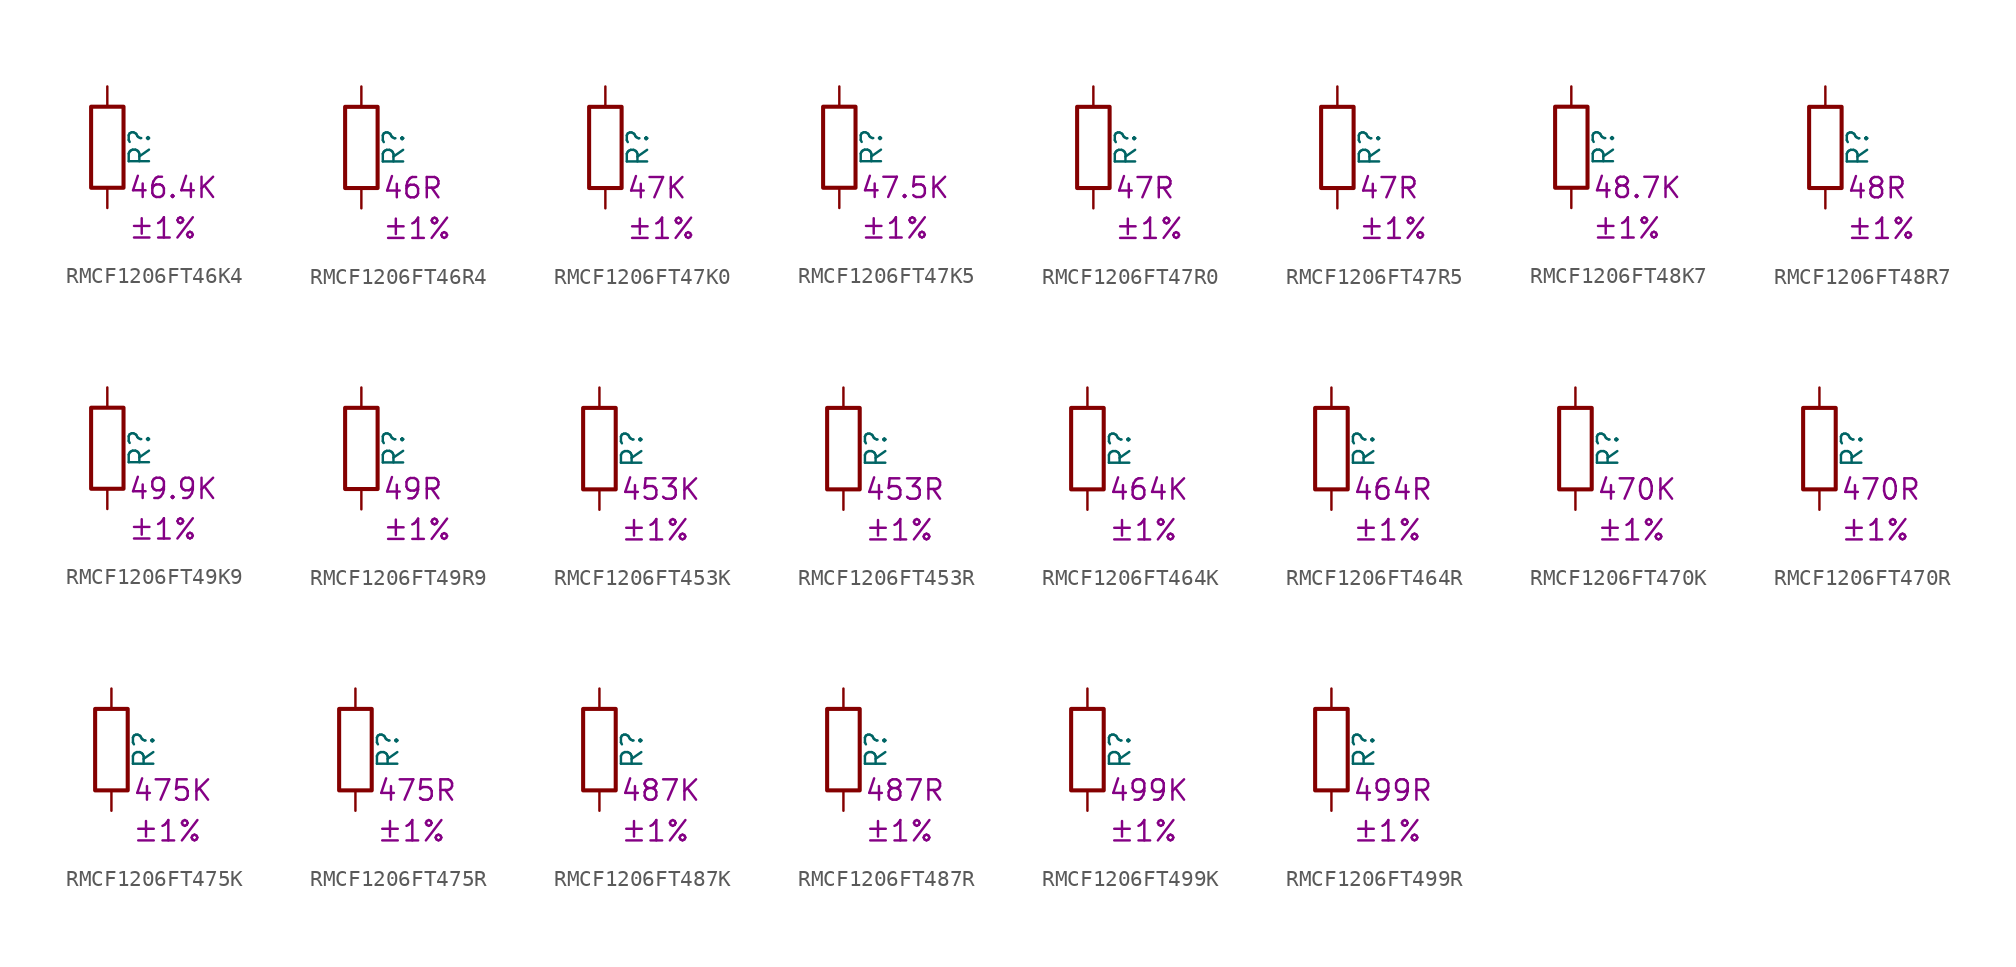
<source format=kicad_sym>
(kicad_symbol_lib
  (version 20220914)
  (generator kicad_symbol_editor)
  (symbol "RMCF1206FT46K4"
    (pin_numbers hide)
    (pin_names
      (offset 0))
    (property "Reference" "R"
      (at 2.032 0 90)
      (effects (font (size 1.27 1.27))))
    (property "Resistance" "46.4K"
      (at 1.27 -2.54 0)
      (effects (font (size 1.27 1.27)) (justify left)))
    (property "Tolerance" "±1%"
      (at 1.27 -5.08 0)
      (effects (font (size 1.27 1.27)) (justify left)))
    (symbol "RMCF1206FT46K4_0_1"
      (rectangle (start -1.016 -2.54) (end 1.016 2.54) (stroke (width 0.254) (type default)) (fill (type none))))
    (symbol "RMCF1206FT46K4_1_1"
      (pin passive line (at 0 3.81 270) (length 1.27) (name "~" (effects (font (size 1.27 1.27)))) (number "1" (effects (font (size 1.27 1.27)))))
      (pin passive line (at 0 -3.81 90) (length 1.27) (name "~" (effects (font (size 1.27 1.27)))) (number "2" (effects (font (size 1.27 1.27)))))))
  (symbol "RMCF1206FT46R4"
    (pin_numbers hide)
    (pin_names
      (offset 0))
    (property "Reference" "R"
      (at 2.032 0 90)
      (effects (font (size 1.27 1.27))))
    (property "Resistance" "46R"
      (at 1.27 -2.54 0)
      (effects (font (size 1.27 1.27)) (justify left)))
    (property "Tolerance" "±1%"
      (at 1.27 -5.08 0)
      (effects (font (size 1.27 1.27)) (justify left)))
    (symbol "RMCF1206FT46R4_0_1"
      (rectangle (start -1.016 -2.54) (end 1.016 2.54) (stroke (width 0.254) (type default)) (fill (type none))))
    (symbol "RMCF1206FT46R4_1_1"
      (pin passive line (at 0 3.81 270) (length 1.27) (name "~" (effects (font (size 1.27 1.27)))) (number "1" (effects (font (size 1.27 1.27)))))
      (pin passive line (at 0 -3.81 90) (length 1.27) (name "~" (effects (font (size 1.27 1.27)))) (number "2" (effects (font (size 1.27 1.27)))))))
  (symbol "RMCF1206FT47K0"
    (pin_numbers hide)
    (pin_names
      (offset 0))
    (property "Reference" "R"
      (at 2.032 0 90)
      (effects (font (size 1.27 1.27))))
    (property "Resistance" "47K"
      (at 1.27 -2.54 0)
      (effects (font (size 1.27 1.27)) (justify left)))
    (property "Tolerance" "±1%"
      (at 1.27 -5.08 0)
      (effects (font (size 1.27 1.27)) (justify left)))
    (symbol "RMCF1206FT47K0_0_1"
      (rectangle (start -1.016 -2.54) (end 1.016 2.54) (stroke (width 0.254) (type default)) (fill (type none))))
    (symbol "RMCF1206FT47K0_1_1"
      (pin passive line (at 0 3.81 270) (length 1.27) (name "~" (effects (font (size 1.27 1.27)))) (number "1" (effects (font (size 1.27 1.27)))))
      (pin passive line (at 0 -3.81 90) (length 1.27) (name "~" (effects (font (size 1.27 1.27)))) (number "2" (effects (font (size 1.27 1.27)))))))
  (symbol "RMCF1206FT47K5"
    (pin_numbers hide)
    (pin_names
      (offset 0))
    (property "Reference" "R"
      (at 2.032 0 90)
      (effects (font (size 1.27 1.27))))
    (property "Resistance" "47.5K"
      (at 1.27 -2.54 0)
      (effects (font (size 1.27 1.27)) (justify left)))
    (property "Tolerance" "±1%"
      (at 1.27 -5.08 0)
      (effects (font (size 1.27 1.27)) (justify left)))
    (symbol "RMCF1206FT47K5_0_1"
      (rectangle (start -1.016 -2.54) (end 1.016 2.54) (stroke (width 0.254) (type default)) (fill (type none))))
    (symbol "RMCF1206FT47K5_1_1"
      (pin passive line (at 0 3.81 270) (length 1.27) (name "~" (effects (font (size 1.27 1.27)))) (number "1" (effects (font (size 1.27 1.27)))))
      (pin passive line (at 0 -3.81 90) (length 1.27) (name "~" (effects (font (size 1.27 1.27)))) (number "2" (effects (font (size 1.27 1.27)))))))
  (symbol "RMCF1206FT47R0"
    (pin_numbers hide)
    (pin_names
      (offset 0))
    (property "Reference" "R"
      (at 2.032 0 90)
      (effects (font (size 1.27 1.27))))
    (property "Resistance" "47R"
      (at 1.27 -2.54 0)
      (effects (font (size 1.27 1.27)) (justify left)))
    (property "Tolerance" "±1%"
      (at 1.27 -5.08 0)
      (effects (font (size 1.27 1.27)) (justify left)))
    (symbol "RMCF1206FT47R0_0_1"
      (rectangle (start -1.016 -2.54) (end 1.016 2.54) (stroke (width 0.254) (type default)) (fill (type none))))
    (symbol "RMCF1206FT47R0_1_1"
      (pin passive line (at 0 3.81 270) (length 1.27) (name "~" (effects (font (size 1.27 1.27)))) (number "1" (effects (font (size 1.27 1.27)))))
      (pin passive line (at 0 -3.81 90) (length 1.27) (name "~" (effects (font (size 1.27 1.27)))) (number "2" (effects (font (size 1.27 1.27)))))))
  (symbol "RMCF1206FT47R5"
    (pin_numbers hide)
    (pin_names
      (offset 0))
    (property "Reference" "R"
      (at 2.032 0 90)
      (effects (font (size 1.27 1.27))))
    (property "Resistance" "47R"
      (at 1.27 -2.54 0)
      (effects (font (size 1.27 1.27)) (justify left)))
    (property "Tolerance" "±1%"
      (at 1.27 -5.08 0)
      (effects (font (size 1.27 1.27)) (justify left)))
    (symbol "RMCF1206FT47R5_0_1"
      (rectangle (start -1.016 -2.54) (end 1.016 2.54) (stroke (width 0.254) (type default)) (fill (type none))))
    (symbol "RMCF1206FT47R5_1_1"
      (pin passive line (at 0 3.81 270) (length 1.27) (name "~" (effects (font (size 1.27 1.27)))) (number "1" (effects (font (size 1.27 1.27)))))
      (pin passive line (at 0 -3.81 90) (length 1.27) (name "~" (effects (font (size 1.27 1.27)))) (number "2" (effects (font (size 1.27 1.27)))))))
  (symbol "RMCF1206FT48K7"
    (pin_numbers hide)
    (pin_names
      (offset 0))
    (property "Reference" "R"
      (at 2.032 0 90)
      (effects (font (size 1.27 1.27))))
    (property "Resistance" "48.7K"
      (at 1.27 -2.54 0)
      (effects (font (size 1.27 1.27)) (justify left)))
    (property "Tolerance" "±1%"
      (at 1.27 -5.08 0)
      (effects (font (size 1.27 1.27)) (justify left)))
    (symbol "RMCF1206FT48K7_0_1"
      (rectangle (start -1.016 -2.54) (end 1.016 2.54) (stroke (width 0.254) (type default)) (fill (type none))))
    (symbol "RMCF1206FT48K7_1_1"
      (pin passive line (at 0 3.81 270) (length 1.27) (name "~" (effects (font (size 1.27 1.27)))) (number "1" (effects (font (size 1.27 1.27)))))
      (pin passive line (at 0 -3.81 90) (length 1.27) (name "~" (effects (font (size 1.27 1.27)))) (number "2" (effects (font (size 1.27 1.27)))))))
  (symbol "RMCF1206FT48R7"
    (pin_numbers hide)
    (pin_names
      (offset 0))
    (property "Reference" "R"
      (at 2.032 0 90)
      (effects (font (size 1.27 1.27))))
    (property "Resistance" "48R"
      (at 1.27 -2.54 0)
      (effects (font (size 1.27 1.27)) (justify left)))
    (property "Tolerance" "±1%"
      (at 1.27 -5.08 0)
      (effects (font (size 1.27 1.27)) (justify left)))
    (symbol "RMCF1206FT48R7_0_1"
      (rectangle (start -1.016 -2.54) (end 1.016 2.54) (stroke (width 0.254) (type default)) (fill (type none))))
    (symbol "RMCF1206FT48R7_1_1"
      (pin passive line (at 0 3.81 270) (length 1.27) (name "~" (effects (font (size 1.27 1.27)))) (number "1" (effects (font (size 1.27 1.27)))))
      (pin passive line (at 0 -3.81 90) (length 1.27) (name "~" (effects (font (size 1.27 1.27)))) (number "2" (effects (font (size 1.27 1.27)))))))
  (symbol "RMCF1206FT49K9"
    (pin_numbers hide)
    (pin_names
      (offset 0))
    (property "Reference" "R"
      (at 2.032 0 90)
      (effects (font (size 1.27 1.27))))
    (property "Resistance" "49.9K"
      (at 1.27 -2.54 0)
      (effects (font (size 1.27 1.27)) (justify left)))
    (property "Tolerance" "±1%"
      (at 1.27 -5.08 0)
      (effects (font (size 1.27 1.27)) (justify left)))
    (symbol "RMCF1206FT49K9_0_1"
      (rectangle (start -1.016 -2.54) (end 1.016 2.54) (stroke (width 0.254) (type default)) (fill (type none))))
    (symbol "RMCF1206FT49K9_1_1"
      (pin passive line (at 0 3.81 270) (length 1.27) (name "~" (effects (font (size 1.27 1.27)))) (number "1" (effects (font (size 1.27 1.27)))))
      (pin passive line (at 0 -3.81 90) (length 1.27) (name "~" (effects (font (size 1.27 1.27)))) (number "2" (effects (font (size 1.27 1.27)))))))
  (symbol "RMCF1206FT49R9"
    (pin_numbers hide)
    (pin_names
      (offset 0))
    (property "Reference" "R"
      (at 2.032 0 90)
      (effects (font (size 1.27 1.27))))
    (property "Resistance" "49R"
      (at 1.27 -2.54 0)
      (effects (font (size 1.27 1.27)) (justify left)))
    (property "Tolerance" "±1%"
      (at 1.27 -5.08 0)
      (effects (font (size 1.27 1.27)) (justify left)))
    (symbol "RMCF1206FT49R9_0_1"
      (rectangle (start -1.016 -2.54) (end 1.016 2.54) (stroke (width 0.254) (type default)) (fill (type none))))
    (symbol "RMCF1206FT49R9_1_1"
      (pin passive line (at 0 3.81 270) (length 1.27) (name "~" (effects (font (size 1.27 1.27)))) (number "1" (effects (font (size 1.27 1.27)))))
      (pin passive line (at 0 -3.81 90) (length 1.27) (name "~" (effects (font (size 1.27 1.27)))) (number "2" (effects (font (size 1.27 1.27)))))))
  (symbol "RMCF1206FT453K"
    (pin_numbers hide)
    (pin_names
      (offset 0))
    (property "Reference" "R"
      (at 2.032 0 90)
      (effects (font (size 1.27 1.27))))
    (property "Resistance" "453K"
      (at 1.27 -2.54 0)
      (effects (font (size 1.27 1.27)) (justify left)))
    (property "Tolerance" "±1%"
      (at 1.27 -5.08 0)
      (effects (font (size 1.27 1.27)) (justify left)))
    (symbol "RMCF1206FT453K_0_1"
      (rectangle (start -1.016 -2.54) (end 1.016 2.54) (stroke (width 0.254) (type default)) (fill (type none))))
    (symbol "RMCF1206FT453K_1_1"
      (pin passive line (at 0 3.81 270) (length 1.27) (name "~" (effects (font (size 1.27 1.27)))) (number "1" (effects (font (size 1.27 1.27)))))
      (pin passive line (at 0 -3.81 90) (length 1.27) (name "~" (effects (font (size 1.27 1.27)))) (number "2" (effects (font (size 1.27 1.27)))))))
  (symbol "RMCF1206FT453R"
    (pin_numbers hide)
    (pin_names
      (offset 0))
    (property "Reference" "R"
      (at 2.032 0 90)
      (effects (font (size 1.27 1.27))))
    (property "Resistance" "453R"
      (at 1.27 -2.54 0)
      (effects (font (size 1.27 1.27)) (justify left)))
    (property "Tolerance" "±1%"
      (at 1.27 -5.08 0)
      (effects (font (size 1.27 1.27)) (justify left)))
    (symbol "RMCF1206FT453R_0_1"
      (rectangle (start -1.016 -2.54) (end 1.016 2.54) (stroke (width 0.254) (type default)) (fill (type none))))
    (symbol "RMCF1206FT453R_1_1"
      (pin passive line (at 0 3.81 270) (length 1.27) (name "~" (effects (font (size 1.27 1.27)))) (number "1" (effects (font (size 1.27 1.27)))))
      (pin passive line (at 0 -3.81 90) (length 1.27) (name "~" (effects (font (size 1.27 1.27)))) (number "2" (effects (font (size 1.27 1.27)))))))
  (symbol "RMCF1206FT464K"
    (pin_numbers hide)
    (pin_names
      (offset 0))
    (property "Reference" "R"
      (at 2.032 0 90)
      (effects (font (size 1.27 1.27))))
    (property "Resistance" "464K"
      (at 1.27 -2.54 0)
      (effects (font (size 1.27 1.27)) (justify left)))
    (property "Tolerance" "±1%"
      (at 1.27 -5.08 0)
      (effects (font (size 1.27 1.27)) (justify left)))
    (symbol "RMCF1206FT464K_0_1"
      (rectangle (start -1.016 -2.54) (end 1.016 2.54) (stroke (width 0.254) (type default)) (fill (type none))))
    (symbol "RMCF1206FT464K_1_1"
      (pin passive line (at 0 3.81 270) (length 1.27) (name "~" (effects (font (size 1.27 1.27)))) (number "1" (effects (font (size 1.27 1.27)))))
      (pin passive line (at 0 -3.81 90) (length 1.27) (name "~" (effects (font (size 1.27 1.27)))) (number "2" (effects (font (size 1.27 1.27)))))))
  (symbol "RMCF1206FT464R"
    (pin_numbers hide)
    (pin_names
      (offset 0))
    (property "Reference" "R"
      (at 2.032 0 90)
      (effects (font (size 1.27 1.27))))
    (property "Resistance" "464R"
      (at 1.27 -2.54 0)
      (effects (font (size 1.27 1.27)) (justify left)))
    (property "Tolerance" "±1%"
      (at 1.27 -5.08 0)
      (effects (font (size 1.27 1.27)) (justify left)))
    (symbol "RMCF1206FT464R_0_1"
      (rectangle (start -1.016 -2.54) (end 1.016 2.54) (stroke (width 0.254) (type default)) (fill (type none))))
    (symbol "RMCF1206FT464R_1_1"
      (pin passive line (at 0 3.81 270) (length 1.27) (name "~" (effects (font (size 1.27 1.27)))) (number "1" (effects (font (size 1.27 1.27)))))
      (pin passive line (at 0 -3.81 90) (length 1.27) (name "~" (effects (font (size 1.27 1.27)))) (number "2" (effects (font (size 1.27 1.27)))))))
  (symbol "RMCF1206FT470K"
    (pin_numbers hide)
    (pin_names
      (offset 0))
    (property "Reference" "R"
      (at 2.032 0 90)
      (effects (font (size 1.27 1.27))))
    (property "Resistance" "470K"
      (at 1.27 -2.54 0)
      (effects (font (size 1.27 1.27)) (justify left)))
    (property "Tolerance" "±1%"
      (at 1.27 -5.08 0)
      (effects (font (size 1.27 1.27)) (justify left)))
    (symbol "RMCF1206FT470K_0_1"
      (rectangle (start -1.016 -2.54) (end 1.016 2.54) (stroke (width 0.254) (type default)) (fill (type none))))
    (symbol "RMCF1206FT470K_1_1"
      (pin passive line (at 0 3.81 270) (length 1.27) (name "~" (effects (font (size 1.27 1.27)))) (number "1" (effects (font (size 1.27 1.27)))))
      (pin passive line (at 0 -3.81 90) (length 1.27) (name "~" (effects (font (size 1.27 1.27)))) (number "2" (effects (font (size 1.27 1.27)))))))
  (symbol "RMCF1206FT470R"
    (pin_numbers hide)
    (pin_names
      (offset 0))
    (property "Reference" "R"
      (at 2.032 0 90)
      (effects (font (size 1.27 1.27))))
    (property "Resistance" "470R"
      (at 1.27 -2.54 0)
      (effects (font (size 1.27 1.27)) (justify left)))
    (property "Tolerance" "±1%"
      (at 1.27 -5.08 0)
      (effects (font (size 1.27 1.27)) (justify left)))
    (symbol "RMCF1206FT470R_0_1"
      (rectangle (start -1.016 -2.54) (end 1.016 2.54) (stroke (width 0.254) (type default)) (fill (type none))))
    (symbol "RMCF1206FT470R_1_1"
      (pin passive line (at 0 3.81 270) (length 1.27) (name "~" (effects (font (size 1.27 1.27)))) (number "1" (effects (font (size 1.27 1.27)))))
      (pin passive line (at 0 -3.81 90) (length 1.27) (name "~" (effects (font (size 1.27 1.27)))) (number "2" (effects (font (size 1.27 1.27)))))))
  (symbol "RMCF1206FT475K"
    (pin_numbers hide)
    (pin_names
      (offset 0))
    (property "Reference" "R"
      (at 2.032 0 90)
      (effects (font (size 1.27 1.27))))
    (property "Resistance" "475K"
      (at 1.27 -2.54 0)
      (effects (font (size 1.27 1.27)) (justify left)))
    (property "Tolerance" "±1%"
      (at 1.27 -5.08 0)
      (effects (font (size 1.27 1.27)) (justify left)))
    (symbol "RMCF1206FT475K_0_1"
      (rectangle (start -1.016 -2.54) (end 1.016 2.54) (stroke (width 0.254) (type default)) (fill (type none))))
    (symbol "RMCF1206FT475K_1_1"
      (pin passive line (at 0 3.81 270) (length 1.27) (name "~" (effects (font (size 1.27 1.27)))) (number "1" (effects (font (size 1.27 1.27)))))
      (pin passive line (at 0 -3.81 90) (length 1.27) (name "~" (effects (font (size 1.27 1.27)))) (number "2" (effects (font (size 1.27 1.27)))))))
  (symbol "RMCF1206FT475R"
    (pin_numbers hide)
    (pin_names
      (offset 0))
    (property "Reference" "R"
      (at 2.032 0 90)
      (effects (font (size 1.27 1.27))))
    (property "Resistance" "475R"
      (at 1.27 -2.54 0)
      (effects (font (size 1.27 1.27)) (justify left)))
    (property "Tolerance" "±1%"
      (at 1.27 -5.08 0)
      (effects (font (size 1.27 1.27)) (justify left)))
    (symbol "RMCF1206FT475R_0_1"
      (rectangle (start -1.016 -2.54) (end 1.016 2.54) (stroke (width 0.254) (type default)) (fill (type none))))
    (symbol "RMCF1206FT475R_1_1"
      (pin passive line (at 0 3.81 270) (length 1.27) (name "~" (effects (font (size 1.27 1.27)))) (number "1" (effects (font (size 1.27 1.27)))))
      (pin passive line (at 0 -3.81 90) (length 1.27) (name "~" (effects (font (size 1.27 1.27)))) (number "2" (effects (font (size 1.27 1.27)))))))
  (symbol "RMCF1206FT487K"
    (pin_numbers hide)
    (pin_names
      (offset 0))
    (property "Reference" "R"
      (at 2.032 0 90)
      (effects (font (size 1.27 1.27))))
    (property "Resistance" "487K"
      (at 1.27 -2.54 0)
      (effects (font (size 1.27 1.27)) (justify left)))
    (property "Tolerance" "±1%"
      (at 1.27 -5.08 0)
      (effects (font (size 1.27 1.27)) (justify left)))
    (symbol "RMCF1206FT487K_0_1"
      (rectangle (start -1.016 -2.54) (end 1.016 2.54) (stroke (width 0.254) (type default)) (fill (type none))))
    (symbol "RMCF1206FT487K_1_1"
      (pin passive line (at 0 3.81 270) (length 1.27) (name "~" (effects (font (size 1.27 1.27)))) (number "1" (effects (font (size 1.27 1.27)))))
      (pin passive line (at 0 -3.81 90) (length 1.27) (name "~" (effects (font (size 1.27 1.27)))) (number "2" (effects (font (size 1.27 1.27)))))))
  (symbol "RMCF1206FT487R"
    (pin_numbers hide)
    (pin_names
      (offset 0))
    (property "Reference" "R"
      (at 2.032 0 90)
      (effects (font (size 1.27 1.27))))
    (property "Resistance" "487R"
      (at 1.27 -2.54 0)
      (effects (font (size 1.27 1.27)) (justify left)))
    (property "Tolerance" "±1%"
      (at 1.27 -5.08 0)
      (effects (font (size 1.27 1.27)) (justify left)))
    (symbol "RMCF1206FT487R_0_1"
      (rectangle (start -1.016 -2.54) (end 1.016 2.54) (stroke (width 0.254) (type default)) (fill (type none))))
    (symbol "RMCF1206FT487R_1_1"
      (pin passive line (at 0 3.81 270) (length 1.27) (name "~" (effects (font (size 1.27 1.27)))) (number "1" (effects (font (size 1.27 1.27)))))
      (pin passive line (at 0 -3.81 90) (length 1.27) (name "~" (effects (font (size 1.27 1.27)))) (number "2" (effects (font (size 1.27 1.27)))))))
  (symbol "RMCF1206FT499K"
    (pin_numbers hide)
    (pin_names
      (offset 0))
    (property "Reference" "R"
      (at 2.032 0 90)
      (effects (font (size 1.27 1.27))))
    (property "Resistance" "499K"
      (at 1.27 -2.54 0)
      (effects (font (size 1.27 1.27)) (justify left)))
    (property "Tolerance" "±1%"
      (at 1.27 -5.08 0)
      (effects (font (size 1.27 1.27)) (justify left)))
    (symbol "RMCF1206FT499K_0_1"
      (rectangle (start -1.016 -2.54) (end 1.016 2.54) (stroke (width 0.254) (type default)) (fill (type none))))
    (symbol "RMCF1206FT499K_1_1"
      (pin passive line (at 0 3.81 270) (length 1.27) (name "~" (effects (font (size 1.27 1.27)))) (number "1" (effects (font (size 1.27 1.27)))))
      (pin passive line (at 0 -3.81 90) (length 1.27) (name "~" (effects (font (size 1.27 1.27)))) (number "2" (effects (font (size 1.27 1.27)))))))
  (symbol "RMCF1206FT499R"
    (pin_numbers hide)
    (pin_names
      (offset 0))
    (property "Reference" "R"
      (at 2.032 0 90)
      (effects (font (size 1.27 1.27))))
    (property "Resistance" "499R"
      (at 1.27 -2.54 0)
      (effects (font (size 1.27 1.27)) (justify left)))
    (property "Tolerance" "±1%"
      (at 1.27 -5.08 0)
      (effects (font (size 1.27 1.27)) (justify left)))
    (symbol "RMCF1206FT499R_0_1"
      (rectangle (start -1.016 -2.54) (end 1.016 2.54) (stroke (width 0.254) (type default)) (fill (type none))))
    (symbol "RMCF1206FT499R_1_1"
      (pin passive line (at 0 3.81 270) (length 1.27) (name "~" (effects (font (size 1.27 1.27)))) (number "1" (effects (font (size 1.27 1.27)))))
      (pin passive line (at 0 -3.81 90) (length 1.27) (name "~" (effects (font (size 1.27 1.27)))) (number "2" (effects (font (size 1.27 1.27))))))))
</source>
